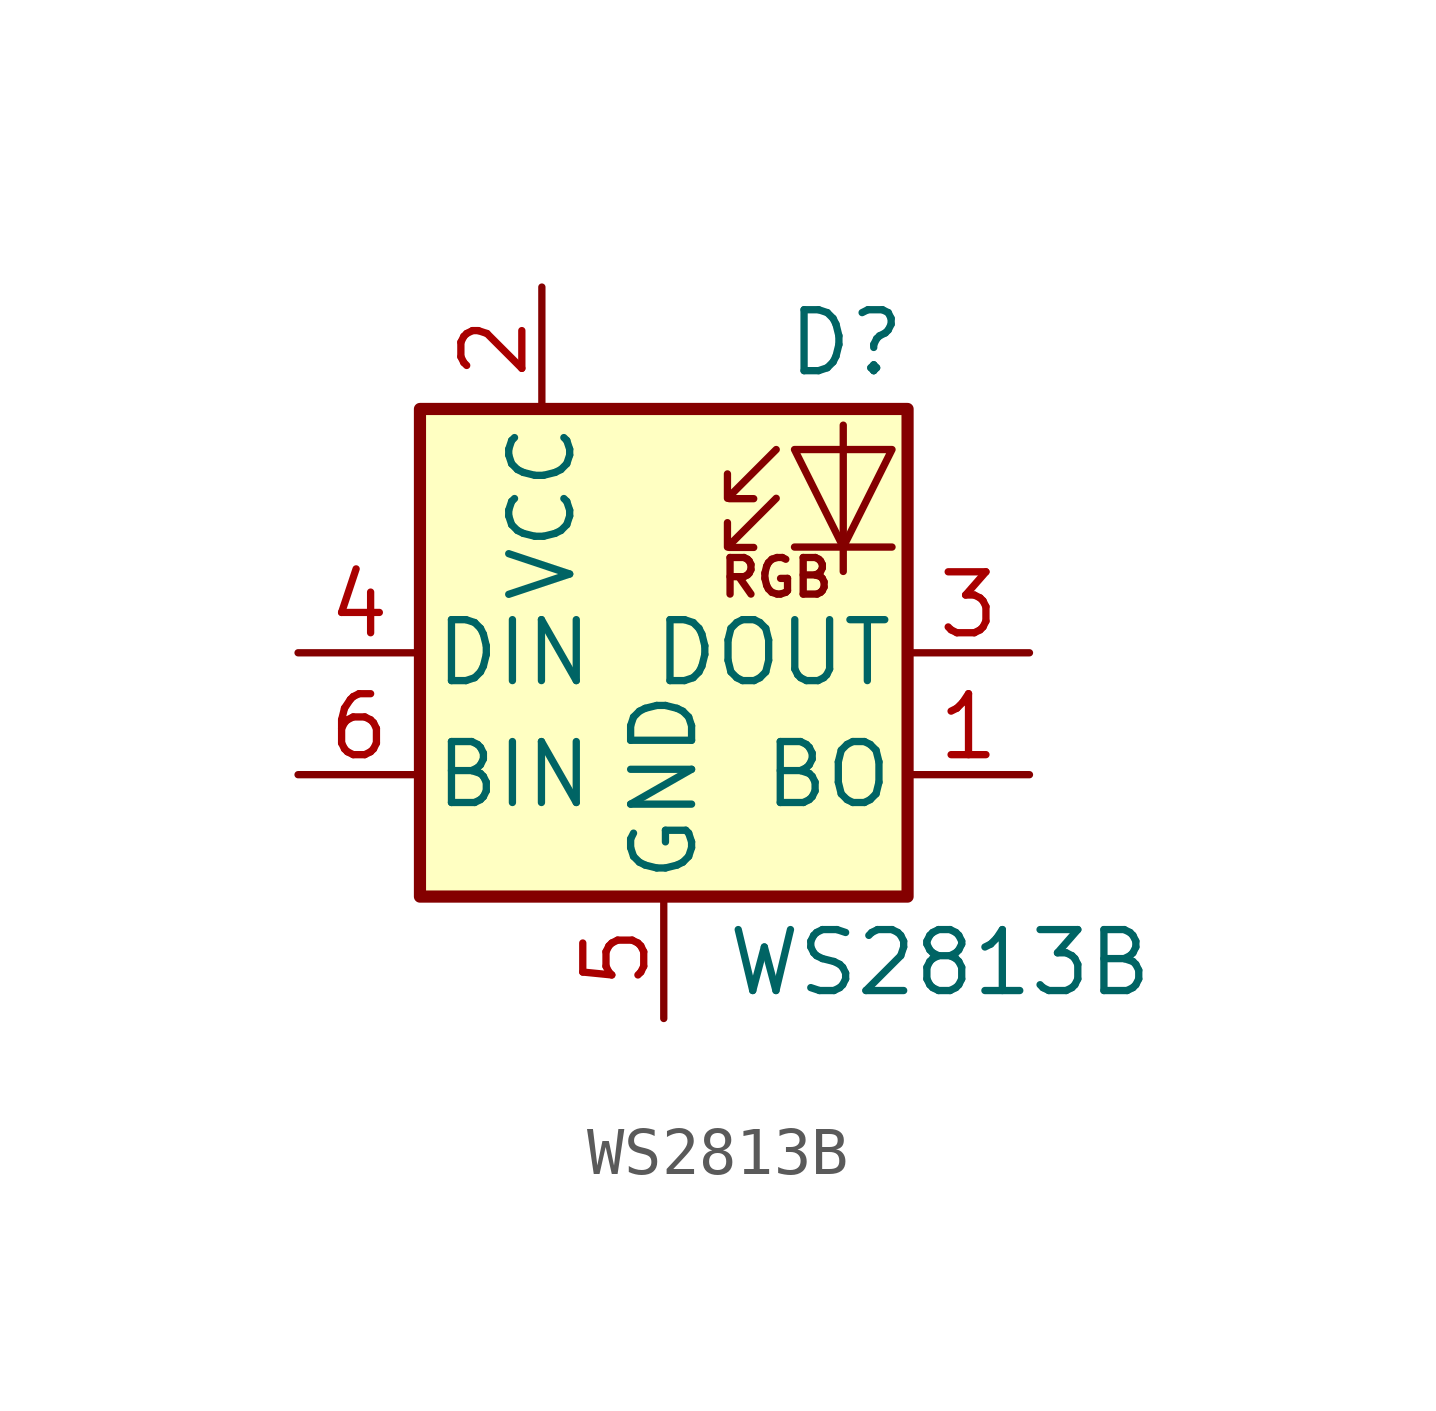
<source format=kicad_sym>
(kicad_symbol_lib
  (version 20211014)
  (generator kicad_symbol_editor)
  (symbol "WS2813B"
    (pin_names
      (offset 0.254))
    (property "Reference" "D"
      (at 5.08 5.715 0)
      (effects (font (size 1.27 1.27)) (justify right bottom)))
    (property "Value" "WS2813B"
      (at 1.27 -5.715 0)
      (effects (font (size 1.27 1.27)) (justify left top)))
    (symbol "WS2813B_0_0"
      (text "RGB" (at 2.343 1.568 0) (effects (font (size 0.762 0.762)))))
    (symbol "WS2813B_0_1"
      (polyline (pts (xy 1.366 2.195) (xy 1.874 2.195)) (stroke (width 0) (type default) (color 0 0 0 0)) (fill (type none)))
      (polyline (pts (xy 1.366 3.211) (xy 1.874 3.211)) (stroke (width 0) (type default) (color 0 0 0 0)) (fill (type none)))
      (polyline (pts (xy 4.756 2.203) (xy 2.724 2.203)) (stroke (width 0) (type default) (color 0 0 0 0)) (fill (type none)))
      (polyline (pts (xy 2.343 3.219) (xy 1.327 2.203) (xy 1.327 2.711)) (stroke (width 0) (type default) (color 0 0 0 0)) (fill (type none)))
      (polyline (pts (xy 2.343 4.235) (xy 1.327 3.219) (xy 1.327 3.727)) (stroke (width 0) (type default) (color 0 0 0 0)) (fill (type none)))
      (polyline (pts (xy 3.74 4.743) (xy 3.74 2.203) (xy 3.74 1.695)) (stroke (width 0) (type default) (color 0 0 0 0)) (fill (type none)))
      (polyline (pts (xy 4.756 4.235) (xy 2.724 4.235) (xy 3.74 2.203) (xy 4.756 4.235)) (stroke (width 0) (type default) (color 0 0 0 0)) (fill (type none)))
      (rectangle (start 5.08 5.08) (end -5.08 -5.08) (stroke (width 0.254) (type default) (color 0 0 0 0)) (fill (type background))))
    (symbol "WS2813B_1_1"
      (pin output line (at 7.62 -2.54 180) (length 2.54) (name "BO" (effects (font (size 1.27 1.27)))) (number "1" (effects (font (size 1.27 1.27)))))
      (pin power_in line (at -2.54 7.62 270) (length 2.54) (name "VCC" (effects (font (size 1.27 1.27)))) (number "2" (effects (font (size 1.27 1.27)))))
      (pin output line (at 7.62 0 180) (length 2.54) (name "DOUT" (effects (font (size 1.27 1.27)))) (number "3" (effects (font (size 1.27 1.27)))))
      (pin input line (at -7.62 0 0) (length 2.54) (name "DIN" (effects (font (size 1.27 1.27)))) (number "4" (effects (font (size 1.27 1.27)))))
      (pin power_in line (at 0 -7.62 90) (length 2.54) (name "GND" (effects (font (size 1.27 1.27)))) (number "5" (effects (font (size 1.27 1.27)))))
      (pin input line (at -7.62 -2.54 0) (length 2.54) (name "BIN" (effects (font (size 1.27 1.27)))) (number "6" (effects (font (size 1.27 1.27))))))))
</source>
